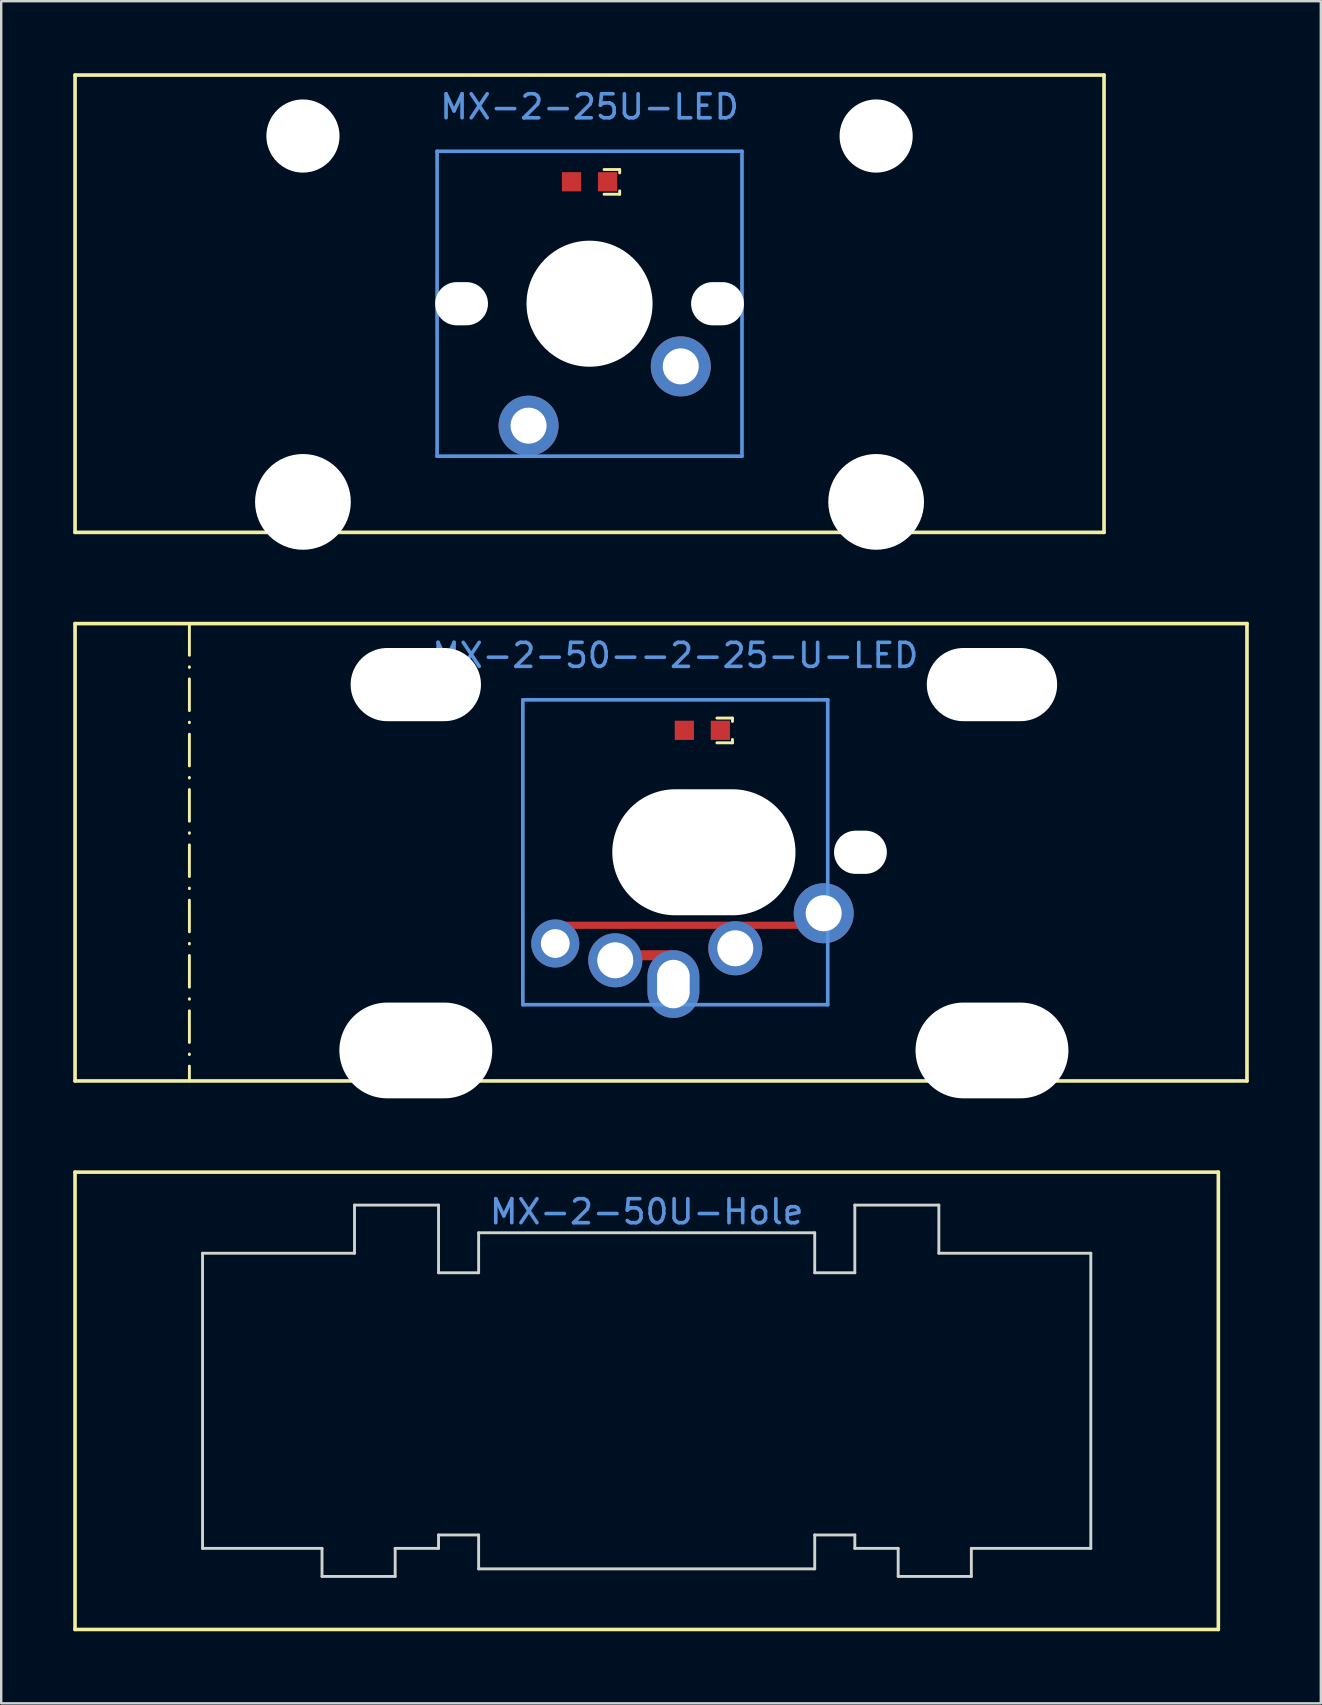
<source format=kicad_pcb>
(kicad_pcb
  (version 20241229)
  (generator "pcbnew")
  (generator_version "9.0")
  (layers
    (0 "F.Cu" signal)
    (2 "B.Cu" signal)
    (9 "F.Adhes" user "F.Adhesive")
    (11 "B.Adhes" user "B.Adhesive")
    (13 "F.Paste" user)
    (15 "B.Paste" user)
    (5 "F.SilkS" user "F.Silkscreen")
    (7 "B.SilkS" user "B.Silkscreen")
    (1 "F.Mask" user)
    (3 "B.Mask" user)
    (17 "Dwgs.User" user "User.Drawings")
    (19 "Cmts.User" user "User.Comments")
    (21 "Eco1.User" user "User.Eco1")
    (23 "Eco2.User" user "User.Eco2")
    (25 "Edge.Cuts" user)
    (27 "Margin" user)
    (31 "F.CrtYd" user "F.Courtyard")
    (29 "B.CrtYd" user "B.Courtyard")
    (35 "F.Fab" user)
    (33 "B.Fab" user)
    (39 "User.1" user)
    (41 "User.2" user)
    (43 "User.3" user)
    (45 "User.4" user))
  (footprint "MX-2-25U-LED"
    (layer "F.Cu")
    (at 21.507 4.521)
    (property "Reference" "MX-2-25U-LED" (at 0 -3.12 0) (layer "Cmts.User") (effects (font (size 1 1) (thickness 0.15))))
    (fp_line (start -21.431 -4.445) (end 21.431 -4.445) (stroke (width 0.152) (type solid)) (layer "F.SilkS"))
    (fp_line (start -21.431 14.605) (end -21.431 -4.445) (stroke (width 0.152) (type solid)) (layer "F.SilkS"))
    (fp_line (start 0.605 -0.51) (end 1.255 -0.51) (stroke (width 0.12) (type solid)) (layer "F.SilkS"))
    (fp_line (start 0.605 0.52) (end 1.255 0.52) (stroke (width 0.12) (type solid)) (layer "F.SilkS"))
    (fp_line (start 1.255 -0.51) (end 1.255 -0.37) (stroke (width 0.12) (type solid)) (layer "F.SilkS"))
    (fp_line (start 1.255 0.52) (end 1.255 0.38) (stroke (width 0.12) (type solid)) (layer "F.SilkS"))
    (fp_line (start 21.431 -4.445) (end 21.431 14.605) (stroke (width 0.152) (type solid)) (layer "F.SilkS"))
    (fp_line (start 21.431 14.605) (end -21.431 14.605) (stroke (width 0.152) (type solid)) (layer "F.SilkS"))
    (fp_line (start -6.35 -1.27) (end 6.35 -1.27) (stroke (width 0.152) (type solid)) (layer "Cmts.User"))
    (fp_line (start -6.35 11.43) (end -6.35 -1.27) (stroke (width 0.152) (type solid)) (layer "Cmts.User"))
    (fp_line (start 6.35 -1.27) (end 6.35 11.43) (stroke (width 0.152) (type solid)) (layer "Cmts.User"))
    (fp_line (start 6.35 11.43) (end -6.35 11.43) (stroke (width 0.152) (type solid)) (layer "Cmts.User"))
    (pad "" np_thru_hole circle (at -11.938 -1.905 180) (size 3.048 3.048) (drill 3.048) (layers "*.Cu" "*.Mask"))
    (pad "" np_thru_hole circle (at -11.938 13.335 180) (size 3.988 3.988) (drill 3.988) (layers "*.Cu" "*.Mask"))
    (pad "" np_thru_hole oval (at -5.33 5.08 270) (size 1.8 2.2) (drill oval 1.8 2.2) (layers "*.Cu" "*.Mask"))
    (pad "" np_thru_hole circle (at 0 5.08 180) (size 5.25 5.25) (drill 5.25) (layers "*.Cu" "*.Mask"))
    (pad "" np_thru_hole oval (at 5.33 5.08 270) (size 1.8 2.2) (drill oval 1.8 2.2) (layers "*.Cu" "*.Mask"))
    (pad "" np_thru_hole circle (at 11.938 -1.905 180) (size 3.048 3.048) (drill 3.048) (layers "*.Cu" "*.Mask"))
    (pad "" np_thru_hole circle (at 11.938 13.335 180) (size 3.988 3.988) (drill 3.988) (layers "*.Cu" "*.Mask"))
    (pad "1" thru_hole circle (at -2.54 10.16 90) (size 2.5 2.5) (drill 1.499) (layers "*.Cu" "*.Mask"))
    (pad "2" thru_hole circle (at 3.8 7.69 225) (size 2.5 2.5) (drill 1.499) (layers "*.Cu" "*.Mask"))
    (pad "3" smd rect (at 0.75 0 90) (size 0.8 0.8) (layers "F.Cu" "F.Mask" "F.Paste"))
    (pad "4" smd rect (at -0.75 0 90) (size 0.8 0.8) (layers "F.Cu" "F.Mask" "F.Paste")))
  (footprint "MX-2-50--2-25-U-LED"
    (layer "F.Cu")
    (at 26.27 27.371)
    (property "Reference" "MX-2-50--2-25-U-LED" (at -1.191 -3.12 0) (layer "Cmts.User") (effects (font (size 1 1) (thickness 0.15))))
    (fp_line (start -26.194 -4.445) (end 22.622 -4.445) (stroke (width 0.152) (type solid)) (layer "F.SilkS"))
    (fp_line (start -26.194 14.605) (end -26.194 -4.445) (stroke (width 0.152) (type solid)) (layer "F.SilkS"))
    (fp_line (start -21.431 -4.445) (end -21.431 14.605) (stroke (width 0.12) (type dash_dot)) (layer "F.SilkS"))
    (fp_line (start 0.541 -0.51) (end 1.191 -0.51) (stroke (width 0.12) (type solid)) (layer "F.SilkS"))
    (fp_line (start 0.541 0.52) (end 1.191 0.52) (stroke (width 0.12) (type solid)) (layer "F.SilkS"))
    (fp_line (start 1.191 -0.51) (end 1.191 -0.37) (stroke (width 0.12) (type solid)) (layer "F.SilkS"))
    (fp_line (start 1.191 0.52) (end 1.191 0.38) (stroke (width 0.12) (type solid)) (layer "F.SilkS"))
    (fp_line (start 22.622 -4.445) (end 22.622 14.605) (stroke (width 0.152) (type solid)) (layer "F.SilkS"))
    (fp_line (start 22.622 14.605) (end -26.194 14.605) (stroke (width 0.152) (type solid)) (layer "F.SilkS"))
    (fp_line (start -7.541 -1.27) (end 5.159 -1.27) (stroke (width 0.152) (type solid)) (layer "Cmts.User"))
    (fp_line (start -7.541 11.43) (end -7.541 -1.27) (stroke (width 0.152) (type solid)) (layer "Cmts.User"))
    (fp_line (start 5.159 -1.27) (end 5.159 11.43) (stroke (width 0.152) (type solid)) (layer "Cmts.User"))
    (fp_line (start 5.159 11.43) (end -7.541 11.43) (stroke (width 0.152) (type solid)) (layer "Cmts.User"))
    (pad "" np_thru_hole oval (at -12 -1.905 180) (size 5.429 3.048) (drill oval 5.429 3.048) (layers "*.Cu" "*.Mask"))
    (pad "" np_thru_hole oval (at -12 13.335 180) (size 6.369 3.988) (drill oval 6.369 3.988) (layers "*.Cu" "*.Mask"))
    (pad "" np_thru_hole oval (at 0 5.08 180) (size 7.631 5.25) (drill oval 7.631 5.25) (layers "*.Cu" "*.Mask"))
    (pad "" np_thru_hole oval (at 6.521 5.08 270) (size 1.8 2.2) (drill oval 1.8 2.2) (layers "*.Cu" "*.Mask"))
    (pad "" np_thru_hole oval (at 12 -1.905 180) (size 5.429 3.048) (drill oval 5.429 3.048) (layers "*.Cu" "*.Mask"))
    (pad "" np_thru_hole oval (at 12 13.335 180) (size 6.369 3.988) (drill oval 6.369 3.988) (layers "*.Cu" "*.Mask"))
    (pad "1" thru_hole circle (at -6.191 8.88 270) (size 2 2) (drill 1.2) (layers "*.Cu" "*.Mask"))
    (pad "1" smd rect (at -0.88 8.12) (size 10.3 0.3) (layers "F.Cu" "F.Mask" "F.Paste"))
    (pad "1" thru_hole circle (at 1.309 9.08 90) (size 2.25 2.25) (drill 1.5) (layers "*.Cu" "*.Mask"))
    (pad "1" thru_hole circle (at 4.991 7.62 90) (size 2.5 2.5) (drill 1.5) (layers "*.Cu" "*.Mask"))
    (pad "2" thru_hole circle (at -3.691 9.58 90) (size 2.25 2.25) (drill 1.5) (layers "*.Cu" "*.Mask"))
    (pad "2" smd rect (at -2.095 9.369) (size 1.65 0.418) (layers "F.Cu" "F.Mask" "F.Paste"))
    (pad "2" thru_hole oval (at -1.27 10.57) (size 2.159 2.82) (drill oval 1.359 2.02) (layers "*.Cu" "*.Mask"))
    (pad "3" smd rect (at 0.686 0 90) (size 0.8 0.8) (layers "F.Cu" "F.Mask" "F.Paste"))
    (pad "4" smd rect (at -0.814 0 90) (size 0.8 0.8) (layers "F.Cu" "F.Mask" "F.Paste")))
  (footprint "MX-2-50U-Hole"
    (layer "F.Cu")
    (at 23.887 55.3)
    (property "Reference" "MX-2-50U-Hole" (at 0 -7.874 0) (layer "Cmts.User") (effects (font (size 1 1) (thickness 0.15))))
    (attr through_hole)
    (fp_line (start -23.812 -9.525) (end 23.812 -9.525) (stroke (width 0.15) (type solid)) (layer "F.SilkS"))
    (fp_line (start -23.812 9.525) (end -23.812 -9.525) (stroke (width 0.15) (type solid)) (layer "F.SilkS"))
    (fp_line (start 23.812 -9.525) (end 23.812 9.525) (stroke (width 0.15) (type solid)) (layer "F.SilkS"))
    (fp_line (start 23.812 9.525) (end -23.812 9.525) (stroke (width 0.15) (type solid)) (layer "F.SilkS"))
    (fp_line (start -18.5 -6.147) (end -18.5 6.147) (stroke (width 0.12) (type solid)) (layer "Edge.Cuts"))
    (fp_line (start -13.524 6.147) (end -18.5 6.147) (stroke (width 0.12) (type solid)) (layer "Edge.Cuts"))
    (fp_line (start -13.524 6.147) (end -13.524 7.315) (stroke (width 0.12) (type solid)) (layer "Edge.Cuts"))
    (fp_line (start -12.17 -8.153) (end -12.17 -6.147) (stroke (width 0.12) (type solid)) (layer "Edge.Cuts"))
    (fp_line (start -12.17 -6.147) (end -18.5 -6.147) (stroke (width 0.12) (type solid)) (layer "Edge.Cuts"))
    (fp_line (start -10.476 6.147) (end -10.476 7.315) (stroke (width 0.12) (type solid)) (layer "Edge.Cuts"))
    (fp_line (start -10.476 7.315) (end -13.524 7.315) (stroke (width 0.12) (type solid)) (layer "Edge.Cuts"))
    (fp_line (start -8.67 -8.153) (end -12.17 -8.153) (stroke (width 0.12) (type solid)) (layer "Edge.Cuts"))
    (fp_line (start -8.67 -8.153) (end -8.67 -5.334) (stroke (width 0.12) (type solid)) (layer "Edge.Cuts"))
    (fp_line (start -8.67 -5.334) (end -7 -5.334) (stroke (width 0.12) (type solid)) (layer "Edge.Cuts"))
    (fp_line (start -8.67 5.588) (end -7 5.588) (stroke (width 0.12) (type solid)) (layer "Edge.Cuts"))
    (fp_line (start -8.67 6.147) (end -10.476 6.147) (stroke (width 0.12) (type solid)) (layer "Edge.Cuts"))
    (fp_line (start -8.67 6.147) (end -8.67 5.588) (stroke (width 0.12) (type solid)) (layer "Edge.Cuts"))
    (fp_line (start -7 -7) (end -7 -5.334) (stroke (width 0.12) (type solid)) (layer "Edge.Cuts"))
    (fp_line (start -7 -7) (end 7 -7) (stroke (width 0.12) (type solid)) (layer "Edge.Cuts"))
    (fp_line (start -7 7) (end -7 5.588) (stroke (width 0.12) (type solid)) (layer "Edge.Cuts"))
    (fp_line (start -7 7) (end 7 7) (stroke (width 0.12) (type solid)) (layer "Edge.Cuts"))
    (fp_line (start 7 -7) (end 7 -5.334) (stroke (width 0.12) (type solid)) (layer "Edge.Cuts"))
    (fp_line (start 7 7) (end 7 5.588) (stroke (width 0.12) (type solid)) (layer "Edge.Cuts"))
    (fp_line (start 8.67 -8.153) (end 8.67 -5.334) (stroke (width 0.12) (type solid)) (layer "Edge.Cuts"))
    (fp_line (start 8.67 -8.153) (end 12.17 -8.153) (stroke (width 0.12) (type solid)) (layer "Edge.Cuts"))
    (fp_line (start 8.67 -5.334) (end 7 -5.334) (stroke (width 0.12) (type solid)) (layer "Edge.Cuts"))
    (fp_line (start 8.67 5.588) (end 7 5.588) (stroke (width 0.12) (type solid)) (layer "Edge.Cuts"))
    (fp_line (start 8.67 6.147) (end 8.67 5.588) (stroke (width 0.12) (type solid)) (layer "Edge.Cuts"))
    (fp_line (start 8.67 6.147) (end 10.476 6.147) (stroke (width 0.12) (type solid)) (layer "Edge.Cuts"))
    (fp_line (start 10.476 6.147) (end 10.476 7.315) (stroke (width 0.12) (type solid)) (layer "Edge.Cuts"))
    (fp_line (start 10.476 7.315) (end 13.524 7.315) (stroke (width 0.12) (type solid)) (layer "Edge.Cuts"))
    (fp_line (start 12.17 -8.153) (end 12.17 -6.147) (stroke (width 0.12) (type solid)) (layer "Edge.Cuts"))
    (fp_line (start 12.17 -6.147) (end 18.5 -6.147) (stroke (width 0.12) (type solid)) (layer "Edge.Cuts"))
    (fp_line (start 13.524 6.147) (end 13.524 7.315) (stroke (width 0.12) (type solid)) (layer "Edge.Cuts"))
    (fp_line (start 13.524 6.147) (end 18.5 6.147) (stroke (width 0.12) (type solid)) (layer "Edge.Cuts"))
    (fp_line (start 18.5 -6.147) (end 18.5 6.147) (stroke (width 0.12) (type solid)) (layer "Edge.Cuts")))
  (gr_rect
    (start -3 -3)
    (end 51.968 67.9)
    (stroke (width 0.1) (type default))
    (fill no)
    (layer "Edge.Cuts")))
</source>
